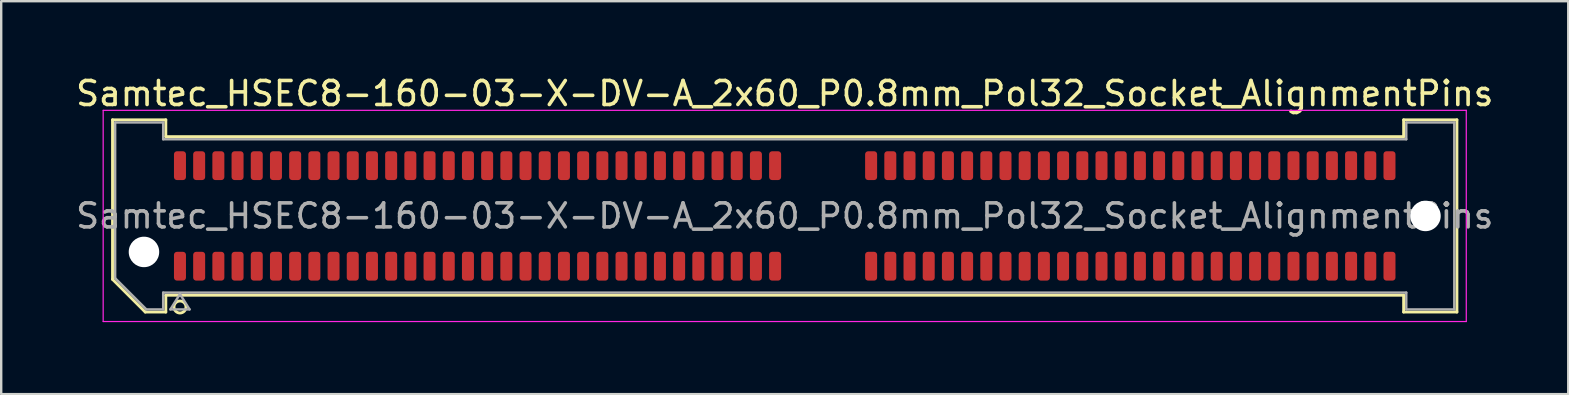
<source format=kicad_pcb>
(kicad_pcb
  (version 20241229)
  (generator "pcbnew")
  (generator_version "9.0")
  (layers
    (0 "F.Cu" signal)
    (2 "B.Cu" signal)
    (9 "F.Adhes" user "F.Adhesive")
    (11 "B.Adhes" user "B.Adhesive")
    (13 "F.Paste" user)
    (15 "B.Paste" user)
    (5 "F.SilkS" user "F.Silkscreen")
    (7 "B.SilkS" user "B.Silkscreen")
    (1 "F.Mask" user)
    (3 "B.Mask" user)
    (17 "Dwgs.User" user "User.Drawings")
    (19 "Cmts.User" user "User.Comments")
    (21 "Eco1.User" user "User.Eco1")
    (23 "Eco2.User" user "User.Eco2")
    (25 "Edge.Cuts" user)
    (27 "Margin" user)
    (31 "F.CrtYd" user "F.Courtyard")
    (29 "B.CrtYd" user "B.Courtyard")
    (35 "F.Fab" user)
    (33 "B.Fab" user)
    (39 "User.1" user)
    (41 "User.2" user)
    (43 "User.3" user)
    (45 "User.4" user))
  (footprint "Samtec_HSEC8-160-03-X-DV-A_2x60_P0.8mm_Pol32_Socket_AlignmentPins"
    (layer "F.Cu")
    (at 29.649 5.948)
    (property "Reference" "Samtec_HSEC8-160-03-X-DV-A_2x60_P0.8mm_Pol32_Socket_AlignmentPins" (at 0 -5.1 0) (layer "F.SilkS") (effects (font (size 1 1) (thickness 0.15))))
    (attr smd)
    (fp_line (start -28.01 -4.005) (end -25.79 -4.005) (stroke (width 0.12) (type solid)) (layer "F.SilkS"))
    (fp_line (start -28.01 2.641) (end -28.01 -4.005) (stroke (width 0.12) (type solid)) (layer "F.SilkS"))
    (fp_line (start -26.646 4.005) (end -28.01 2.641) (stroke (width 0.12) (type solid)) (layer "F.SilkS"))
    (fp_line (start -25.79 -4.005) (end -25.79 -3.305) (stroke (width 0.12) (type solid)) (layer "F.SilkS"))
    (fp_line (start -25.79 -3.305) (end 25.79 -3.305) (stroke (width 0.12) (type solid)) (layer "F.SilkS"))
    (fp_line (start -25.79 3.305) (end -25.79 4.005) (stroke (width 0.12) (type solid)) (layer "F.SilkS"))
    (fp_line (start -25.79 4.005) (end -26.646 4.005) (stroke (width 0.12) (type solid)) (layer "F.SilkS"))
    (fp_line (start 25.79 -4.005) (end 28.01 -4.005) (stroke (width 0.12) (type solid)) (layer "F.SilkS"))
    (fp_line (start 25.79 -3.305) (end 25.79 -4.005) (stroke (width 0.12) (type solid)) (layer "F.SilkS"))
    (fp_line (start 25.79 3.305) (end -25.79 3.305) (stroke (width 0.12) (type solid)) (layer "F.SilkS"))
    (fp_line (start 25.79 4.005) (end 25.79 3.305) (stroke (width 0.12) (type solid)) (layer "F.SilkS"))
    (fp_line (start 28.01 -4.005) (end 28.01 4.005) (stroke (width 0.12) (type solid)) (layer "F.SilkS"))
    (fp_line (start 28.01 4.005) (end 25.79 4.005) (stroke (width 0.12) (type solid)) (layer "F.SilkS"))
    (fp_circle (center -25.2 3.795) (end -24.95 3.795) (stroke (width 0.12) (type solid)) (fill no) (layer "F.SilkS"))
    (fp_line (start -28.4 -4.4) (end -28.4 4.4) (stroke (width 0.05) (type solid)) (layer "F.CrtYd"))
    (fp_line (start -28.4 4.4) (end 28.4 4.4) (stroke (width 0.05) (type solid)) (layer "F.CrtYd"))
    (fp_line (start 28.4 -4.4) (end -28.4 -4.4) (stroke (width 0.05) (type solid)) (layer "F.CrtYd"))
    (fp_line (start 28.4 4.4) (end 28.4 -4.4) (stroke (width 0.05) (type solid)) (layer "F.CrtYd"))
    (fp_line (start -27.9 -3.895) (end -25.9 -3.895) (stroke (width 0.1) (type solid)) (layer "F.Fab"))
    (fp_line (start -27.9 2.595) (end -27.9 -3.895) (stroke (width 0.1) (type solid)) (layer "F.Fab"))
    (fp_line (start -26.6 3.895) (end -27.9 2.595) (stroke (width 0.1) (type solid)) (layer "F.Fab"))
    (fp_line (start -25.9 -3.895) (end -25.9 -3.195) (stroke (width 0.1) (type solid)) (layer "F.Fab"))
    (fp_line (start -25.9 -3.195) (end 25.9 -3.195) (stroke (width 0.1) (type solid)) (layer "F.Fab"))
    (fp_line (start -25.9 3.195) (end -25.9 3.895) (stroke (width 0.1) (type solid)) (layer "F.Fab"))
    (fp_line (start -25.9 3.895) (end -26.6 3.895) (stroke (width 0.1) (type solid)) (layer "F.Fab"))
    (fp_line (start -25.6 3.895) (end -25.2 3.255) (stroke (width 0.1) (type solid)) (layer "F.Fab"))
    (fp_line (start -25.2 3.255) (end -24.8 3.895) (stroke (width 0.1) (type solid)) (layer "F.Fab"))
    (fp_line (start -24.8 3.895) (end -25.6 3.895) (stroke (width 0.1) (type solid)) (layer "F.Fab"))
    (fp_line (start 25.9 -3.895) (end 27.9 -3.895) (stroke (width 0.1) (type solid)) (layer "F.Fab"))
    (fp_line (start 25.9 -3.195) (end 25.9 -3.895) (stroke (width 0.1) (type solid)) (layer "F.Fab"))
    (fp_line (start 25.9 3.195) (end -25.9 3.195) (stroke (width 0.1) (type solid)) (layer "F.Fab"))
    (fp_line (start 25.9 3.895) (end 25.9 3.195) (stroke (width 0.1) (type solid)) (layer "F.Fab"))
    (fp_line (start 27.9 -3.895) (end 27.9 3.895) (stroke (width 0.1) (type solid)) (layer "F.Fab"))
    (fp_line (start 27.9 3.895) (end 25.9 3.895) (stroke (width 0.1) (type solid)) (layer "F.Fab"))
    (fp_text user "${REFERENCE}" (at 0 0 0) (layer "F.Fab") (effects (font (size 1 1) (thickness 0.15))))
    (pad "" np_thru_hole circle (at -26.7 1.5) (size 1.27 1.27) (drill 1.27) (layers "*.Cu" "*.Mask"))
    (pad "" np_thru_hole circle (at 26.7 0) (size 1.27 1.27) (drill 1.27) (layers "*.Cu" "*.Mask"))
    (pad "1" smd roundrect (at -25.2 2.095) (size 0.5 1.2) (layers "F.Cu" "F.Mask" "F.Paste") (roundrect_rratio 0.25))
    (pad "2" smd roundrect (at -25.2 -2.095) (size 0.5 1.2) (layers "F.Cu" "F.Mask" "F.Paste") (roundrect_rratio 0.25))
    (pad "3" smd roundrect (at -24.4 2.095) (size 0.5 1.2) (layers "F.Cu" "F.Mask" "F.Paste") (roundrect_rratio 0.25))
    (pad "4" smd roundrect (at -24.4 -2.095) (size 0.5 1.2) (layers "F.Cu" "F.Mask" "F.Paste") (roundrect_rratio 0.25))
    (pad "5" smd roundrect (at -23.6 2.095) (size 0.5 1.2) (layers "F.Cu" "F.Mask" "F.Paste") (roundrect_rratio 0.25))
    (pad "6" smd roundrect (at -23.6 -2.095) (size 0.5 1.2) (layers "F.Cu" "F.Mask" "F.Paste") (roundrect_rratio 0.25))
    (pad "7" smd roundrect (at -22.8 2.095) (size 0.5 1.2) (layers "F.Cu" "F.Mask" "F.Paste") (roundrect_rratio 0.25))
    (pad "8" smd roundrect (at -22.8 -2.095) (size 0.5 1.2) (layers "F.Cu" "F.Mask" "F.Paste") (roundrect_rratio 0.25))
    (pad "9" smd roundrect (at -22 2.095) (size 0.5 1.2) (layers "F.Cu" "F.Mask" "F.Paste") (roundrect_rratio 0.25))
    (pad "10" smd roundrect (at -22 -2.095) (size 0.5 1.2) (layers "F.Cu" "F.Mask" "F.Paste") (roundrect_rratio 0.25))
    (pad "11" smd roundrect (at -21.2 2.095) (size 0.5 1.2) (layers "F.Cu" "F.Mask" "F.Paste") (roundrect_rratio 0.25))
    (pad "12" smd roundrect (at -21.2 -2.095) (size 0.5 1.2) (layers "F.Cu" "F.Mask" "F.Paste") (roundrect_rratio 0.25))
    (pad "13" smd roundrect (at -20.4 2.095) (size 0.5 1.2) (layers "F.Cu" "F.Mask" "F.Paste") (roundrect_rratio 0.25))
    (pad "14" smd roundrect (at -20.4 -2.095) (size 0.5 1.2) (layers "F.Cu" "F.Mask" "F.Paste") (roundrect_rratio 0.25))
    (pad "15" smd roundrect (at -19.6 2.095) (size 0.5 1.2) (layers "F.Cu" "F.Mask" "F.Paste") (roundrect_rratio 0.25))
    (pad "16" smd roundrect (at -19.6 -2.095) (size 0.5 1.2) (layers "F.Cu" "F.Mask" "F.Paste") (roundrect_rratio 0.25))
    (pad "17" smd roundrect (at -18.8 2.095) (size 0.5 1.2) (layers "F.Cu" "F.Mask" "F.Paste") (roundrect_rratio 0.25))
    (pad "18" smd roundrect (at -18.8 -2.095) (size 0.5 1.2) (layers "F.Cu" "F.Mask" "F.Paste") (roundrect_rratio 0.25))
    (pad "19" smd roundrect (at -18 2.095) (size 0.5 1.2) (layers "F.Cu" "F.Mask" "F.Paste") (roundrect_rratio 0.25))
    (pad "20" smd roundrect (at -18 -2.095) (size 0.5 1.2) (layers "F.Cu" "F.Mask" "F.Paste") (roundrect_rratio 0.25))
    (pad "21" smd roundrect (at -17.2 2.095) (size 0.5 1.2) (layers "F.Cu" "F.Mask" "F.Paste") (roundrect_rratio 0.25))
    (pad "22" smd roundrect (at -17.2 -2.095) (size 0.5 1.2) (layers "F.Cu" "F.Mask" "F.Paste") (roundrect_rratio 0.25))
    (pad "23" smd roundrect (at -16.4 2.095) (size 0.5 1.2) (layers "F.Cu" "F.Mask" "F.Paste") (roundrect_rratio 0.25))
    (pad "24" smd roundrect (at -16.4 -2.095) (size 0.5 1.2) (layers "F.Cu" "F.Mask" "F.Paste") (roundrect_rratio 0.25))
    (pad "25" smd roundrect (at -15.6 2.095) (size 0.5 1.2) (layers "F.Cu" "F.Mask" "F.Paste") (roundrect_rratio 0.25))
    (pad "26" smd roundrect (at -15.6 -2.095) (size 0.5 1.2) (layers "F.Cu" "F.Mask" "F.Paste") (roundrect_rratio 0.25))
    (pad "27" smd roundrect (at -14.8 2.095) (size 0.5 1.2) (layers "F.Cu" "F.Mask" "F.Paste") (roundrect_rratio 0.25))
    (pad "28" smd roundrect (at -14.8 -2.095) (size 0.5 1.2) (layers "F.Cu" "F.Mask" "F.Paste") (roundrect_rratio 0.25))
    (pad "29" smd roundrect (at -14 2.095) (size 0.5 1.2) (layers "F.Cu" "F.Mask" "F.Paste") (roundrect_rratio 0.25))
    (pad "30" smd roundrect (at -14 -2.095) (size 0.5 1.2) (layers "F.Cu" "F.Mask" "F.Paste") (roundrect_rratio 0.25))
    (pad "31" smd roundrect (at -13.2 2.095) (size 0.5 1.2) (layers "F.Cu" "F.Mask" "F.Paste") (roundrect_rratio 0.25))
    (pad "32" smd roundrect (at -13.2 -2.095) (size 0.5 1.2) (layers "F.Cu" "F.Mask" "F.Paste") (roundrect_rratio 0.25))
    (pad "33" smd roundrect (at -12.4 2.095) (size 0.5 1.2) (layers "F.Cu" "F.Mask" "F.Paste") (roundrect_rratio 0.25))
    (pad "34" smd roundrect (at -12.4 -2.095) (size 0.5 1.2) (layers "F.Cu" "F.Mask" "F.Paste") (roundrect_rratio 0.25))
    (pad "35" smd roundrect (at -11.6 2.095) (size 0.5 1.2) (layers "F.Cu" "F.Mask" "F.Paste") (roundrect_rratio 0.25))
    (pad "36" smd roundrect (at -11.6 -2.095) (size 0.5 1.2) (layers "F.Cu" "F.Mask" "F.Paste") (roundrect_rratio 0.25))
    (pad "37" smd roundrect (at -10.8 2.095) (size 0.5 1.2) (layers "F.Cu" "F.Mask" "F.Paste") (roundrect_rratio 0.25))
    (pad "38" smd roundrect (at -10.8 -2.095) (size 0.5 1.2) (layers "F.Cu" "F.Mask" "F.Paste") (roundrect_rratio 0.25))
    (pad "39" smd roundrect (at -10 2.095) (size 0.5 1.2) (layers "F.Cu" "F.Mask" "F.Paste") (roundrect_rratio 0.25))
    (pad "40" smd roundrect (at -10 -2.095) (size 0.5 1.2) (layers "F.Cu" "F.Mask" "F.Paste") (roundrect_rratio 0.25))
    (pad "41" smd roundrect (at -9.2 2.095) (size 0.5 1.2) (layers "F.Cu" "F.Mask" "F.Paste") (roundrect_rratio 0.25))
    (pad "42" smd roundrect (at -9.2 -2.095) (size 0.5 1.2) (layers "F.Cu" "F.Mask" "F.Paste") (roundrect_rratio 0.25))
    (pad "43" smd roundrect (at -8.4 2.095) (size 0.5 1.2) (layers "F.Cu" "F.Mask" "F.Paste") (roundrect_rratio 0.25))
    (pad "44" smd roundrect (at -8.4 -2.095) (size 0.5 1.2) (layers "F.Cu" "F.Mask" "F.Paste") (roundrect_rratio 0.25))
    (pad "45" smd roundrect (at -7.6 2.095) (size 0.5 1.2) (layers "F.Cu" "F.Mask" "F.Paste") (roundrect_rratio 0.25))
    (pad "46" smd roundrect (at -7.6 -2.095) (size 0.5 1.2) (layers "F.Cu" "F.Mask" "F.Paste") (roundrect_rratio 0.25))
    (pad "47" smd roundrect (at -6.8 2.095) (size 0.5 1.2) (layers "F.Cu" "F.Mask" "F.Paste") (roundrect_rratio 0.25))
    (pad "48" smd roundrect (at -6.8 -2.095) (size 0.5 1.2) (layers "F.Cu" "F.Mask" "F.Paste") (roundrect_rratio 0.25))
    (pad "49" smd roundrect (at -6 2.095) (size 0.5 1.2) (layers "F.Cu" "F.Mask" "F.Paste") (roundrect_rratio 0.25))
    (pad "50" smd roundrect (at -6 -2.095) (size 0.5 1.2) (layers "F.Cu" "F.Mask" "F.Paste") (roundrect_rratio 0.25))
    (pad "51" smd roundrect (at -5.2 2.095) (size 0.5 1.2) (layers "F.Cu" "F.Mask" "F.Paste") (roundrect_rratio 0.25))
    (pad "52" smd roundrect (at -5.2 -2.095) (size 0.5 1.2) (layers "F.Cu" "F.Mask" "F.Paste") (roundrect_rratio 0.25))
    (pad "53" smd roundrect (at -4.4 2.095) (size 0.5 1.2) (layers "F.Cu" "F.Mask" "F.Paste") (roundrect_rratio 0.25))
    (pad "54" smd roundrect (at -4.4 -2.095) (size 0.5 1.2) (layers "F.Cu" "F.Mask" "F.Paste") (roundrect_rratio 0.25))
    (pad "55" smd roundrect (at -3.6 2.095) (size 0.5 1.2) (layers "F.Cu" "F.Mask" "F.Paste") (roundrect_rratio 0.25))
    (pad "56" smd roundrect (at -3.6 -2.095) (size 0.5 1.2) (layers "F.Cu" "F.Mask" "F.Paste") (roundrect_rratio 0.25))
    (pad "57" smd roundrect (at -2.8 2.095) (size 0.5 1.2) (layers "F.Cu" "F.Mask" "F.Paste") (roundrect_rratio 0.25))
    (pad "58" smd roundrect (at -2.8 -2.095) (size 0.5 1.2) (layers "F.Cu" "F.Mask" "F.Paste") (roundrect_rratio 0.25))
    (pad "59" smd roundrect (at -2 2.095) (size 0.5 1.2) (layers "F.Cu" "F.Mask" "F.Paste") (roundrect_rratio 0.25))
    (pad "60" smd roundrect (at -2 -2.095) (size 0.5 1.2) (layers "F.Cu" "F.Mask" "F.Paste") (roundrect_rratio 0.25))
    (pad "61" smd roundrect (at -1.2 2.095) (size 0.5 1.2) (layers "F.Cu" "F.Mask" "F.Paste") (roundrect_rratio 0.25))
    (pad "62" smd roundrect (at -1.2 -2.095) (size 0.5 1.2) (layers "F.Cu" "F.Mask" "F.Paste") (roundrect_rratio 0.25))
    (pad "63" smd roundrect (at -0.4 2.095) (size 0.5 1.2) (layers "F.Cu" "F.Mask" "F.Paste") (roundrect_rratio 0.25))
    (pad "64" smd roundrect (at -0.4 -2.095) (size 0.5 1.2) (layers "F.Cu" "F.Mask" "F.Paste") (roundrect_rratio 0.25))
    (pad "65" smd roundrect (at 3.6 2.095) (size 0.5 1.2) (layers "F.Cu" "F.Mask" "F.Paste") (roundrect_rratio 0.25))
    (pad "66" smd roundrect (at 3.6 -2.095) (size 0.5 1.2) (layers "F.Cu" "F.Mask" "F.Paste") (roundrect_rratio 0.25))
    (pad "67" smd roundrect (at 4.4 2.095) (size 0.5 1.2) (layers "F.Cu" "F.Mask" "F.Paste") (roundrect_rratio 0.25))
    (pad "68" smd roundrect (at 4.4 -2.095) (size 0.5 1.2) (layers "F.Cu" "F.Mask" "F.Paste") (roundrect_rratio 0.25))
    (pad "69" smd roundrect (at 5.2 2.095) (size 0.5 1.2) (layers "F.Cu" "F.Mask" "F.Paste") (roundrect_rratio 0.25))
    (pad "70" smd roundrect (at 5.2 -2.095) (size 0.5 1.2) (layers "F.Cu" "F.Mask" "F.Paste") (roundrect_rratio 0.25))
    (pad "71" smd roundrect (at 6 2.095) (size 0.5 1.2) (layers "F.Cu" "F.Mask" "F.Paste") (roundrect_rratio 0.25))
    (pad "72" smd roundrect (at 6 -2.095) (size 0.5 1.2) (layers "F.Cu" "F.Mask" "F.Paste") (roundrect_rratio 0.25))
    (pad "73" smd roundrect (at 6.8 2.095) (size 0.5 1.2) (layers "F.Cu" "F.Mask" "F.Paste") (roundrect_rratio 0.25))
    (pad "74" smd roundrect (at 6.8 -2.095) (size 0.5 1.2) (layers "F.Cu" "F.Mask" "F.Paste") (roundrect_rratio 0.25))
    (pad "75" smd roundrect (at 7.6 2.095) (size 0.5 1.2) (layers "F.Cu" "F.Mask" "F.Paste") (roundrect_rratio 0.25))
    (pad "76" smd roundrect (at 7.6 -2.095) (size 0.5 1.2) (layers "F.Cu" "F.Mask" "F.Paste") (roundrect_rratio 0.25))
    (pad "77" smd roundrect (at 8.4 2.095) (size 0.5 1.2) (layers "F.Cu" "F.Mask" "F.Paste") (roundrect_rratio 0.25))
    (pad "78" smd roundrect (at 8.4 -2.095) (size 0.5 1.2) (layers "F.Cu" "F.Mask" "F.Paste") (roundrect_rratio 0.25))
    (pad "79" smd roundrect (at 9.2 2.095) (size 0.5 1.2) (layers "F.Cu" "F.Mask" "F.Paste") (roundrect_rratio 0.25))
    (pad "80" smd roundrect (at 9.2 -2.095) (size 0.5 1.2) (layers "F.Cu" "F.Mask" "F.Paste") (roundrect_rratio 0.25))
    (pad "81" smd roundrect (at 10 2.095) (size 0.5 1.2) (layers "F.Cu" "F.Mask" "F.Paste") (roundrect_rratio 0.25))
    (pad "82" smd roundrect (at 10 -2.095) (size 0.5 1.2) (layers "F.Cu" "F.Mask" "F.Paste") (roundrect_rratio 0.25))
    (pad "83" smd roundrect (at 10.8 2.095) (size 0.5 1.2) (layers "F.Cu" "F.Mask" "F.Paste") (roundrect_rratio 0.25))
    (pad "84" smd roundrect (at 10.8 -2.095) (size 0.5 1.2) (layers "F.Cu" "F.Mask" "F.Paste") (roundrect_rratio 0.25))
    (pad "85" smd roundrect (at 11.6 2.095) (size 0.5 1.2) (layers "F.Cu" "F.Mask" "F.Paste") (roundrect_rratio 0.25))
    (pad "86" smd roundrect (at 11.6 -2.095) (size 0.5 1.2) (layers "F.Cu" "F.Mask" "F.Paste") (roundrect_rratio 0.25))
    (pad "87" smd roundrect (at 12.4 2.095) (size 0.5 1.2) (layers "F.Cu" "F.Mask" "F.Paste") (roundrect_rratio 0.25))
    (pad "88" smd roundrect (at 12.4 -2.095) (size 0.5 1.2) (layers "F.Cu" "F.Mask" "F.Paste") (roundrect_rratio 0.25))
    (pad "89" smd roundrect (at 13.2 2.095) (size 0.5 1.2) (layers "F.Cu" "F.Mask" "F.Paste") (roundrect_rratio 0.25))
    (pad "90" smd roundrect (at 13.2 -2.095) (size 0.5 1.2) (layers "F.Cu" "F.Mask" "F.Paste") (roundrect_rratio 0.25))
    (pad "91" smd roundrect (at 14 2.095) (size 0.5 1.2) (layers "F.Cu" "F.Mask" "F.Paste") (roundrect_rratio 0.25))
    (pad "92" smd roundrect (at 14 -2.095) (size 0.5 1.2) (layers "F.Cu" "F.Mask" "F.Paste") (roundrect_rratio 0.25))
    (pad "93" smd roundrect (at 14.8 2.095) (size 0.5 1.2) (layers "F.Cu" "F.Mask" "F.Paste") (roundrect_rratio 0.25))
    (pad "94" smd roundrect (at 14.8 -2.095) (size 0.5 1.2) (layers "F.Cu" "F.Mask" "F.Paste") (roundrect_rratio 0.25))
    (pad "95" smd roundrect (at 15.6 2.095) (size 0.5 1.2) (layers "F.Cu" "F.Mask" "F.Paste") (roundrect_rratio 0.25))
    (pad "96" smd roundrect (at 15.6 -2.095) (size 0.5 1.2) (layers "F.Cu" "F.Mask" "F.Paste") (roundrect_rratio 0.25))
    (pad "97" smd roundrect (at 16.4 2.095) (size 0.5 1.2) (layers "F.Cu" "F.Mask" "F.Paste") (roundrect_rratio 0.25))
    (pad "98" smd roundrect (at 16.4 -2.095) (size 0.5 1.2) (layers "F.Cu" "F.Mask" "F.Paste") (roundrect_rratio 0.25))
    (pad "99" smd roundrect (at 17.2 2.095) (size 0.5 1.2) (layers "F.Cu" "F.Mask" "F.Paste") (roundrect_rratio 0.25))
    (pad "100" smd roundrect (at 17.2 -2.095) (size 0.5 1.2) (layers "F.Cu" "F.Mask" "F.Paste") (roundrect_rratio 0.25))
    (pad "101" smd roundrect (at 18 2.095) (size 0.5 1.2) (layers "F.Cu" "F.Mask" "F.Paste") (roundrect_rratio 0.25))
    (pad "102" smd roundrect (at 18 -2.095) (size 0.5 1.2) (layers "F.Cu" "F.Mask" "F.Paste") (roundrect_rratio 0.25))
    (pad "103" smd roundrect (at 18.8 2.095) (size 0.5 1.2) (layers "F.Cu" "F.Mask" "F.Paste") (roundrect_rratio 0.25))
    (pad "104" smd roundrect (at 18.8 -2.095) (size 0.5 1.2) (layers "F.Cu" "F.Mask" "F.Paste") (roundrect_rratio 0.25))
    (pad "105" smd roundrect (at 19.6 2.095) (size 0.5 1.2) (layers "F.Cu" "F.Mask" "F.Paste") (roundrect_rratio 0.25))
    (pad "106" smd roundrect (at 19.6 -2.095) (size 0.5 1.2) (layers "F.Cu" "F.Mask" "F.Paste") (roundrect_rratio 0.25))
    (pad "107" smd roundrect (at 20.4 2.095) (size 0.5 1.2) (layers "F.Cu" "F.Mask" "F.Paste") (roundrect_rratio 0.25))
    (pad "108" smd roundrect (at 20.4 -2.095) (size 0.5 1.2) (layers "F.Cu" "F.Mask" "F.Paste") (roundrect_rratio 0.25))
    (pad "109" smd roundrect (at 21.2 2.095) (size 0.5 1.2) (layers "F.Cu" "F.Mask" "F.Paste") (roundrect_rratio 0.25))
    (pad "110" smd roundrect (at 21.2 -2.095) (size 0.5 1.2) (layers "F.Cu" "F.Mask" "F.Paste") (roundrect_rratio 0.25))
    (pad "111" smd roundrect (at 22 2.095) (size 0.5 1.2) (layers "F.Cu" "F.Mask" "F.Paste") (roundrect_rratio 0.25))
    (pad "112" smd roundrect (at 22 -2.095) (size 0.5 1.2) (layers "F.Cu" "F.Mask" "F.Paste") (roundrect_rratio 0.25))
    (pad "113" smd roundrect (at 22.8 2.095) (size 0.5 1.2) (layers "F.Cu" "F.Mask" "F.Paste") (roundrect_rratio 0.25))
    (pad "114" smd roundrect (at 22.8 -2.095) (size 0.5 1.2) (layers "F.Cu" "F.Mask" "F.Paste") (roundrect_rratio 0.25))
    (pad "115" smd roundrect (at 23.6 2.095) (size 0.5 1.2) (layers "F.Cu" "F.Mask" "F.Paste") (roundrect_rratio 0.25))
    (pad "116" smd roundrect (at 23.6 -2.095) (size 0.5 1.2) (layers "F.Cu" "F.Mask" "F.Paste") (roundrect_rratio 0.25))
    (pad "117" smd roundrect (at 24.4 2.095) (size 0.5 1.2) (layers "F.Cu" "F.Mask" "F.Paste") (roundrect_rratio 0.25))
    (pad "118" smd roundrect (at 24.4 -2.095) (size 0.5 1.2) (layers "F.Cu" "F.Mask" "F.Paste") (roundrect_rratio 0.25))
    (pad "119" smd roundrect (at 25.2 2.095) (size 0.5 1.2) (layers "F.Cu" "F.Mask" "F.Paste") (roundrect_rratio 0.25))
    (pad "120" smd roundrect (at 25.2 -2.095) (size 0.5 1.2) (layers "F.Cu" "F.Mask" "F.Paste") (roundrect_rratio 0.25)))
  (gr_rect
    (start -3 -3)
    (end 62.298 13.373)
    (stroke (width 0.1) (type default))
    (fill no)
    (layer "Edge.Cuts")))
</source>
